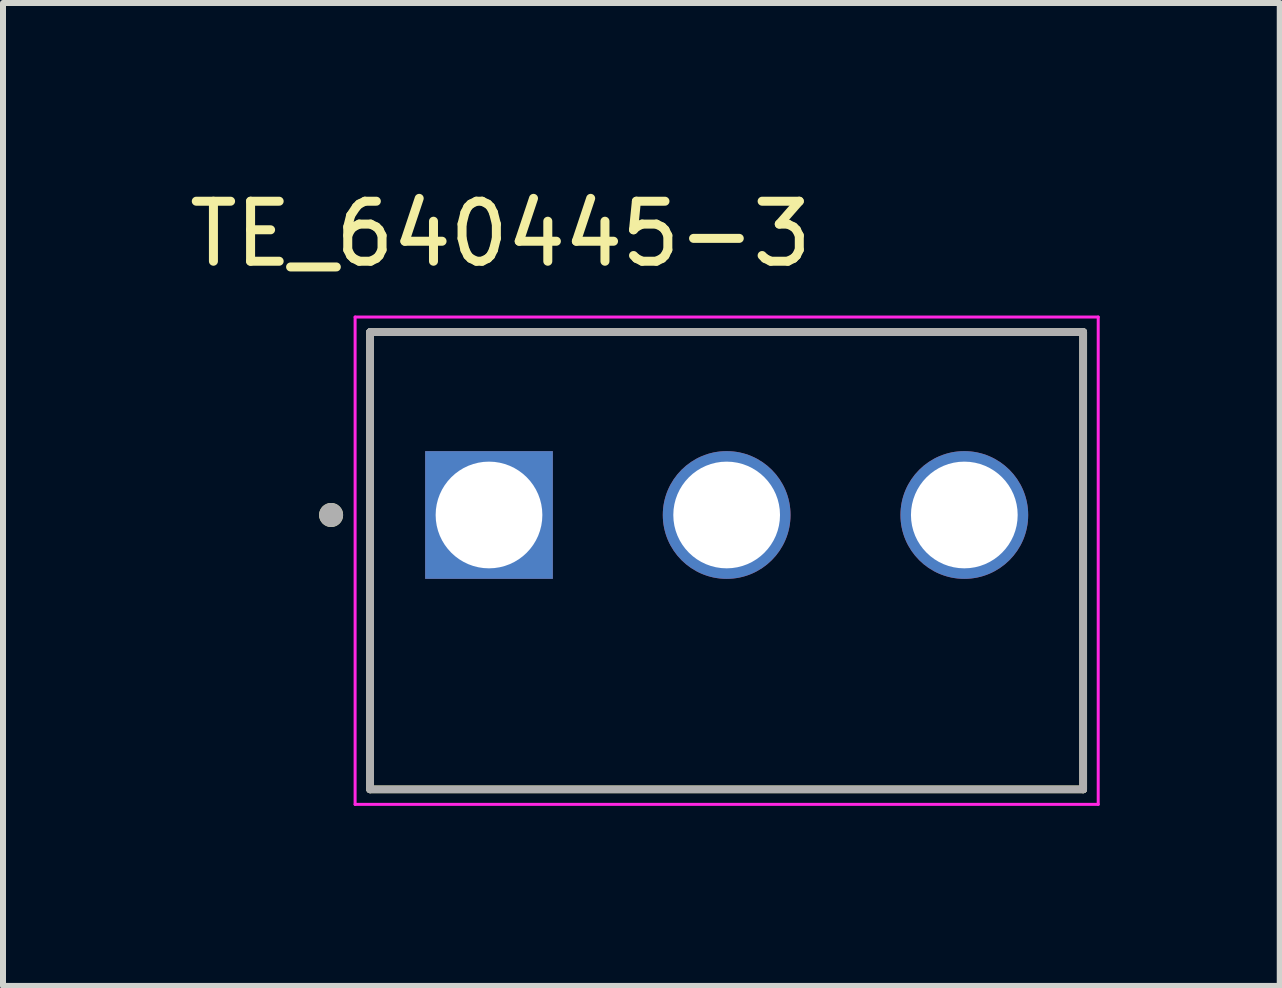
<source format=kicad_pcb>
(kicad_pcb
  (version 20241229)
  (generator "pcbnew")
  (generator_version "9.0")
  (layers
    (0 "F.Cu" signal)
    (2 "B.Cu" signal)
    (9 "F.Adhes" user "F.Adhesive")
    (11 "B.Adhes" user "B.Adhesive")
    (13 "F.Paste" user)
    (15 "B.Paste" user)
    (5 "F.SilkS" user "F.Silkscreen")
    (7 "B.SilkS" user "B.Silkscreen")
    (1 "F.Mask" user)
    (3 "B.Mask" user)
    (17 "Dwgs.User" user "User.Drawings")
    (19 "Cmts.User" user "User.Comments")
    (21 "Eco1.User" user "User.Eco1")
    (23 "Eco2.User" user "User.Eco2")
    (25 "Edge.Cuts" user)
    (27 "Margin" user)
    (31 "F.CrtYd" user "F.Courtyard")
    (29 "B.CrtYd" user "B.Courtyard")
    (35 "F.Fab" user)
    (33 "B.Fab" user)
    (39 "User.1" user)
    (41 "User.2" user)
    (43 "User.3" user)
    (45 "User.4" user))
  (footprint "TE_640445-3"
    (layer "F.Cu")
    (at 5.098 5.531)
    (property "Reference" "TE_640445-3" (at 0.194 -4.683 0) (layer "F.SilkS") (effects (font (size 1 1) (thickness 0.15))))
    (attr through_hole)
    (fp_line (start -1.981 4.572) (end -1.981 -3.048) (stroke (width 0.127) (type solid)) (layer "F.SilkS"))
    (fp_line (start 9.901 -3.048) (end -1.981 -3.048) (stroke (width 0.127) (type solid)) (layer "F.SilkS"))
    (fp_line (start 9.901 -3.048) (end 9.901 4.572) (stroke (width 0.127) (type solid)) (layer "F.SilkS"))
    (fp_line (start 9.901 4.572) (end -1.981 4.572) (stroke (width 0.127) (type solid)) (layer "F.SilkS"))
    (fp_circle (center -2.631 0) (end -2.531 0) (stroke (width 0.2) (type solid)) (fill no) (layer "F.SilkS"))
    (fp_line (start -2.231 -3.298) (end 10.151 -3.298) (stroke (width 0.05) (type solid)) (layer "F.CrtYd"))
    (fp_line (start -2.231 4.822) (end -2.231 -3.298) (stroke (width 0.05) (type solid)) (layer "F.CrtYd"))
    (fp_line (start 10.151 -3.298) (end 10.151 4.822) (stroke (width 0.05) (type solid)) (layer "F.CrtYd"))
    (fp_line (start 10.151 4.822) (end -2.231 4.822) (stroke (width 0.05) (type solid)) (layer "F.CrtYd"))
    (fp_line (start -1.981 -3.048) (end 9.901 -3.048) (stroke (width 0.127) (type solid)) (layer "F.Fab"))
    (fp_line (start -1.981 -3.048) (end 9.901 -3.048) (stroke (width 0.127) (type solid)) (layer "F.Fab"))
    (fp_line (start -1.981 4.572) (end -1.981 -3.048) (stroke (width 0.127) (type solid)) (layer "F.Fab"))
    (fp_line (start -1.981 4.572) (end -1.981 -3.048) (stroke (width 0.127) (type solid)) (layer "F.Fab"))
    (fp_line (start 9.901 -3.048) (end 9.901 4.572) (stroke (width 0.127) (type solid)) (layer "F.Fab"))
    (fp_line (start 9.901 -3.048) (end 9.901 4.572) (stroke (width 0.127) (type solid)) (layer "F.Fab"))
    (fp_line (start 9.901 4.572) (end -1.981 4.572) (stroke (width 0.127) (type solid)) (layer "F.Fab"))
    (fp_circle (center -2.631 0) (end -2.531 0) (stroke (width 0.2) (type solid)) (fill no) (layer "F.Fab"))
    (pad "1" thru_hole rect (at 0 0) (size 2.128 2.128) (drill 1.778) (layers "*.Cu" "*.Mask"))
    (pad "2" thru_hole circle (at 3.96 0) (size 2.128 2.128) (drill 1.778) (layers "*.Cu" "*.Mask"))
    (pad "3" thru_hole circle (at 7.92 0) (size 2.128 2.128) (drill 1.778) (layers "*.Cu" "*.Mask")))
  (gr_rect
    (start -3 -3)
    (end 18.274 13.378)
    (stroke (width 0.1) (type default))
    (fill no)
    (layer "Edge.Cuts")))
</source>
